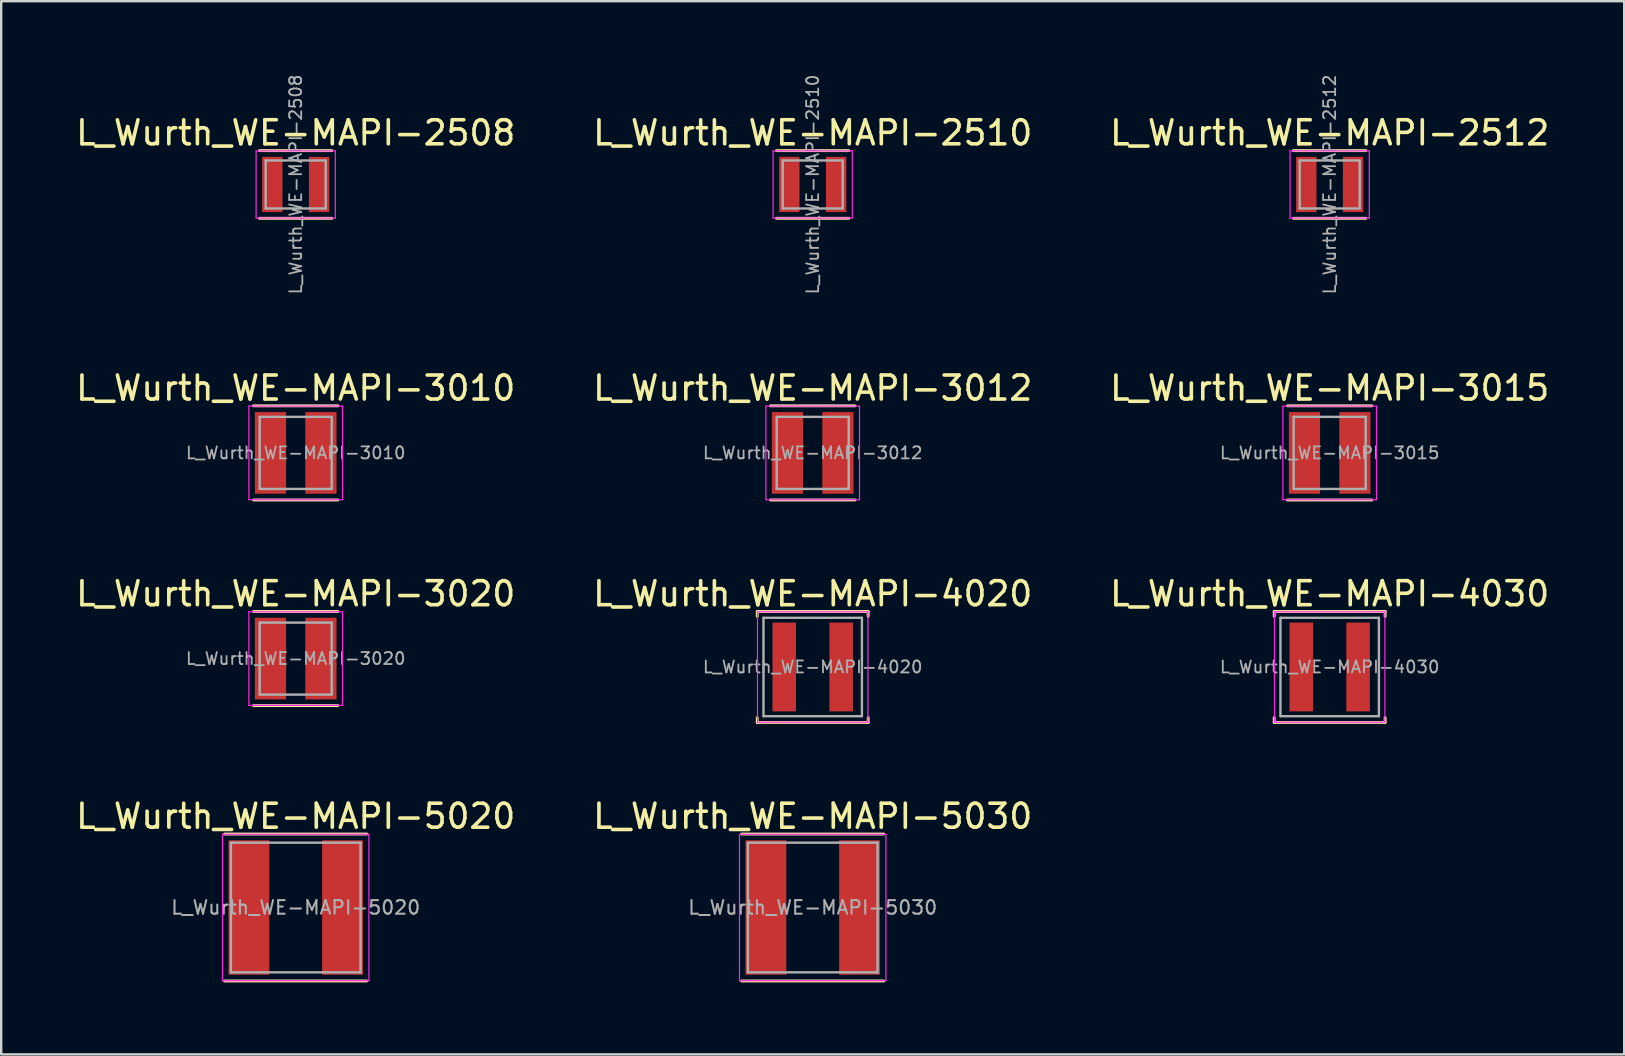
<source format=kicad_pcb>
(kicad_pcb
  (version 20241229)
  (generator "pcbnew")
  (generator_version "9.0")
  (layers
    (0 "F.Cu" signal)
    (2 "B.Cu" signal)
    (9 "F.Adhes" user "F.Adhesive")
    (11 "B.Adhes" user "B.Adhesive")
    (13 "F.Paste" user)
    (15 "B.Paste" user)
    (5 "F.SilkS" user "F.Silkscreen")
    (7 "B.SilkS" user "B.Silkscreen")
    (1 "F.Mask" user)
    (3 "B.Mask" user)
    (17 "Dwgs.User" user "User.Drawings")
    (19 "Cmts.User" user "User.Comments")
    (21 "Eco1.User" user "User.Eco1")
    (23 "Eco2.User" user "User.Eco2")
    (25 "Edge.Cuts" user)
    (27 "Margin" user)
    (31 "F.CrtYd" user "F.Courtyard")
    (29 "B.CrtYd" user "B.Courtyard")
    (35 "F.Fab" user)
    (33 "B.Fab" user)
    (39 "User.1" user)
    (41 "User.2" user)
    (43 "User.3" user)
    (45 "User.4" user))
  (footprint "L_Wurth_WE-MAPI-4020"
    (layer "F.Cu")
    (at 30.804 24.734)
    (property "Reference" "L_Wurth_WE-MAPI-4020" (at 0 -3.05 0) (layer "F.SilkS") (effects (font (size 1 1) (thickness 0.15))))
    (attr smd)
    (fp_line (start -2.31 -2.31) (end -2.31 -2.11) (stroke (width 0.12) (type solid)) (layer "F.SilkS"))
    (fp_line (start -2.31 -2.31) (end 2.31 -2.31) (stroke (width 0.12) (type solid)) (layer "F.SilkS"))
    (fp_line (start -2.31 2.31) (end -2.31 2.11) (stroke (width 0.12) (type solid)) (layer "F.SilkS"))
    (fp_line (start -2.31 2.31) (end 2.31 2.31) (stroke (width 0.12) (type solid)) (layer "F.SilkS"))
    (fp_line (start 2.31 -2.31) (end 2.31 -2.11) (stroke (width 0.12) (type solid)) (layer "F.SilkS"))
    (fp_line (start 2.31 2.31) (end 2.31 2.11) (stroke (width 0.12) (type solid)) (layer "F.SilkS"))
    (fp_line (start -2.3 -2.3) (end -2.3 2.3) (stroke (width 0.05) (type solid)) (layer "F.CrtYd"))
    (fp_line (start -2.3 2.3) (end 2.3 2.3) (stroke (width 0.05) (type solid)) (layer "F.CrtYd"))
    (fp_line (start 2.3 -2.3) (end -2.3 -2.3) (stroke (width 0.05) (type solid)) (layer "F.CrtYd"))
    (fp_line (start 2.3 2.3) (end 2.3 -2.3) (stroke (width 0.05) (type solid)) (layer "F.CrtYd"))
    (fp_line (start -2.05 -2.05) (end -2.05 2.05) (stroke (width 0.1) (type solid)) (layer "F.Fab"))
    (fp_line (start -2.05 2.05) (end 2.05 2.05) (stroke (width 0.1) (type solid)) (layer "F.Fab"))
    (fp_line (start 2.05 -2.05) (end -2.05 -2.05) (stroke (width 0.1) (type solid)) (layer "F.Fab"))
    (fp_line (start 2.05 2.05) (end 2.05 -2.05) (stroke (width 0.1) (type solid)) (layer "F.Fab"))
    (fp_text user "${REFERENCE}" (at 0 0 0) (layer "F.Fab") (effects (font (size 0.5 0.5) (thickness 0.075))))
    (pad "1" smd rect (at -1.185 0) (size 0.98 3.7) (layers "F.Cu" "F.Mask" "F.Paste"))
    (pad "2" smd rect (at 1.185 0) (size 0.98 3.7) (layers "F.Cu" "F.Mask" "F.Paste")))
  (footprint "L_Wurth_WE-MAPI-5030"
    (layer "F.Cu")
    (at 30.804 34.753)
    (property "Reference" "L_Wurth_WE-MAPI-5030" (at 0 -3.8 0) (layer "F.SilkS") (effects (font (size 1 1) (thickness 0.15))))
    (attr smd)
    (fp_line (start -2.96 -3.06) (end 2.96 -3.06) (stroke (width 0.12) (type solid)) (layer "F.SilkS"))
    (fp_line (start -2.96 3.06) (end 2.96 3.06) (stroke (width 0.12) (type solid)) (layer "F.SilkS"))
    (fp_line (start -3.05 -3.05) (end -3.05 3.05) (stroke (width 0.05) (type solid)) (layer "F.CrtYd"))
    (fp_line (start -3.05 3.05) (end 3.05 3.05) (stroke (width 0.05) (type solid)) (layer "F.CrtYd"))
    (fp_line (start 3.05 -3.05) (end -3.05 -3.05) (stroke (width 0.05) (type solid)) (layer "F.CrtYd"))
    (fp_line (start 3.05 3.05) (end 3.05 -3.05) (stroke (width 0.05) (type solid)) (layer "F.CrtYd"))
    (fp_line (start -2.7 -2.7) (end -2.7 2.7) (stroke (width 0.1) (type solid)) (layer "F.Fab"))
    (fp_line (start -2.7 2.7) (end 2.7 2.7) (stroke (width 0.1) (type solid)) (layer "F.Fab"))
    (fp_line (start 2.7 -2.7) (end -2.7 -2.7) (stroke (width 0.1) (type solid)) (layer "F.Fab"))
    (fp_line (start 2.7 2.7) (end 2.7 -2.7) (stroke (width 0.1) (type solid)) (layer "F.Fab"))
    (fp_text user "${REFERENCE}" (at 0 0 0) (layer "F.Fab") (effects (font (size 0.567 0.567) (thickness 0.085))))
    (pad "1" smd rect (at -1.95 0) (size 1.7 5.6) (layers "F.Cu" "F.Mask" "F.Paste"))
    (pad "2" smd rect (at 1.95 0) (size 1.7 5.6) (layers "F.Cu" "F.Mask" "F.Paste")))
  (footprint "L_Wurth_WE-MAPI-3010"
    (layer "F.Cu")
    (at 9.268 15.816)
    (property "Reference" "L_Wurth_WE-MAPI-3010" (at 0 -2.7 0) (layer "F.SilkS") (effects (font (size 1 1) (thickness 0.15))))
    (attr smd)
    (fp_line (start -1.76 -1.96) (end 1.76 -1.96) (stroke (width 0.12) (type solid)) (layer "F.SilkS"))
    (fp_line (start -1.76 1.96) (end 1.76 1.96) (stroke (width 0.12) (type solid)) (layer "F.SilkS"))
    (fp_line (start -1.95 -1.95) (end -1.95 1.95) (stroke (width 0.05) (type solid)) (layer "F.CrtYd"))
    (fp_line (start -1.95 1.95) (end 1.95 1.95) (stroke (width 0.05) (type solid)) (layer "F.CrtYd"))
    (fp_line (start 1.95 -1.95) (end -1.95 -1.95) (stroke (width 0.05) (type solid)) (layer "F.CrtYd"))
    (fp_line (start 1.95 1.95) (end 1.95 -1.95) (stroke (width 0.05) (type solid)) (layer "F.CrtYd"))
    (fp_line (start -1.5 -1.5) (end -1.5 1.5) (stroke (width 0.1) (type solid)) (layer "F.Fab"))
    (fp_line (start -1.5 1.5) (end 1.5 1.5) (stroke (width 0.1) (type solid)) (layer "F.Fab"))
    (fp_line (start 1.5 -1.5) (end -1.5 -1.5) (stroke (width 0.1) (type solid)) (layer "F.Fab"))
    (fp_line (start 1.5 1.5) (end 1.5 -1.5) (stroke (width 0.1) (type solid)) (layer "F.Fab"))
    (fp_text user "${REFERENCE}" (at 0 0 0) (layer "F.Fab") (effects (font (size 0.5 0.5) (thickness 0.075))))
    (pad "1" smd rect (at -1.05 0) (size 1.3 3.4) (layers "F.Cu" "F.Mask" "F.Paste"))
    (pad "2" smd rect (at 1.05 0) (size 1.3 3.4) (layers "F.Cu" "F.Mask" "F.Paste")))
  (footprint "L_Wurth_WE-MAPI-4030"
    (layer "F.Cu")
    (at 52.339 24.734)
    (property "Reference" "L_Wurth_WE-MAPI-4030" (at 0 -3.05 0) (layer "F.SilkS") (effects (font (size 1 1) (thickness 0.15))))
    (attr smd)
    (fp_line (start -2.31 -2.31) (end -2.31 -2.11) (stroke (width 0.12) (type solid)) (layer "F.SilkS"))
    (fp_line (start -2.31 -2.31) (end 2.31 -2.31) (stroke (width 0.12) (type solid)) (layer "F.SilkS"))
    (fp_line (start -2.31 2.31) (end -2.31 2.11) (stroke (width 0.12) (type solid)) (layer "F.SilkS"))
    (fp_line (start -2.31 2.31) (end 2.31 2.31) (stroke (width 0.12) (type solid)) (layer "F.SilkS"))
    (fp_line (start 2.31 -2.31) (end 2.31 -2.11) (stroke (width 0.12) (type solid)) (layer "F.SilkS"))
    (fp_line (start 2.31 2.31) (end 2.31 2.11) (stroke (width 0.12) (type solid)) (layer "F.SilkS"))
    (fp_line (start -2.3 -2.3) (end -2.3 2.3) (stroke (width 0.05) (type solid)) (layer "F.CrtYd"))
    (fp_line (start -2.3 2.3) (end 2.3 2.3) (stroke (width 0.05) (type solid)) (layer "F.CrtYd"))
    (fp_line (start 2.3 -2.3) (end -2.3 -2.3) (stroke (width 0.05) (type solid)) (layer "F.CrtYd"))
    (fp_line (start 2.3 2.3) (end 2.3 -2.3) (stroke (width 0.05) (type solid)) (layer "F.CrtYd"))
    (fp_line (start -2.05 -2.05) (end -2.05 2.05) (stroke (width 0.1) (type solid)) (layer "F.Fab"))
    (fp_line (start -2.05 2.05) (end 2.05 2.05) (stroke (width 0.1) (type solid)) (layer "F.Fab"))
    (fp_line (start 2.05 -2.05) (end -2.05 -2.05) (stroke (width 0.1) (type solid)) (layer "F.Fab"))
    (fp_line (start 2.05 2.05) (end 2.05 -2.05) (stroke (width 0.1) (type solid)) (layer "F.Fab"))
    (fp_text user "${REFERENCE}" (at 0 0 0) (layer "F.Fab") (effects (font (size 0.5 0.5) (thickness 0.075))))
    (pad "1" smd rect (at -1.185 0) (size 0.98 3.7) (layers "F.Cu" "F.Mask" "F.Paste"))
    (pad "2" smd rect (at 1.185 0) (size 0.98 3.7) (layers "F.Cu" "F.Mask" "F.Paste")))
  (footprint "L_Wurth_WE-MAPI-3015"
    (layer "F.Cu")
    (at 52.339 15.816)
    (property "Reference" "L_Wurth_WE-MAPI-3015" (at 0 -2.7 0) (layer "F.SilkS") (effects (font (size 1 1) (thickness 0.15))))
    (attr smd)
    (fp_line (start -1.76 -1.96) (end 1.76 -1.96) (stroke (width 0.12) (type solid)) (layer "F.SilkS"))
    (fp_line (start -1.76 1.96) (end 1.76 1.96) (stroke (width 0.12) (type solid)) (layer "F.SilkS"))
    (fp_line (start -1.95 -1.95) (end -1.95 1.95) (stroke (width 0.05) (type solid)) (layer "F.CrtYd"))
    (fp_line (start -1.95 1.95) (end 1.95 1.95) (stroke (width 0.05) (type solid)) (layer "F.CrtYd"))
    (fp_line (start 1.95 -1.95) (end -1.95 -1.95) (stroke (width 0.05) (type solid)) (layer "F.CrtYd"))
    (fp_line (start 1.95 1.95) (end 1.95 -1.95) (stroke (width 0.05) (type solid)) (layer "F.CrtYd"))
    (fp_line (start -1.5 -1.5) (end -1.5 1.5) (stroke (width 0.1) (type solid)) (layer "F.Fab"))
    (fp_line (start -1.5 1.5) (end 1.5 1.5) (stroke (width 0.1) (type solid)) (layer "F.Fab"))
    (fp_line (start 1.5 -1.5) (end -1.5 -1.5) (stroke (width 0.1) (type solid)) (layer "F.Fab"))
    (fp_line (start 1.5 1.5) (end 1.5 -1.5) (stroke (width 0.1) (type solid)) (layer "F.Fab"))
    (fp_text user "${REFERENCE}" (at 0 0 0) (layer "F.Fab") (effects (font (size 0.5 0.5) (thickness 0.075))))
    (pad "1" smd rect (at -1.05 0) (size 1.3 3.4) (layers "F.Cu" "F.Mask" "F.Paste"))
    (pad "2" smd rect (at 1.05 0) (size 1.3 3.4) (layers "F.Cu" "F.Mask" "F.Paste")))
  (footprint "L_Wurth_WE-MAPI-2510"
    (layer "F.Cu")
    (at 30.804 4.634)
    (property "Reference" "L_Wurth_WE-MAPI-2510" (at 0 -2.15 0) (layer "F.SilkS") (effects (font (size 1 1) (thickness 0.15))))
    (attr smd)
    (fp_line (start -1.51 -1.41) (end 1.51 -1.41) (stroke (width 0.12) (type solid)) (layer "F.SilkS"))
    (fp_line (start -1.51 1.41) (end 1.51 1.41) (stroke (width 0.12) (type solid)) (layer "F.SilkS"))
    (fp_line (start -1.65 -1.4) (end -1.65 1.4) (stroke (width 0.05) (type solid)) (layer "F.CrtYd"))
    (fp_line (start -1.65 1.4) (end 1.65 1.4) (stroke (width 0.05) (type solid)) (layer "F.CrtYd"))
    (fp_line (start 1.65 -1.4) (end -1.65 -1.4) (stroke (width 0.05) (type solid)) (layer "F.CrtYd"))
    (fp_line (start 1.65 1.4) (end 1.65 -1.4) (stroke (width 0.05) (type solid)) (layer "F.CrtYd"))
    (fp_line (start -1.25 -1) (end -1.25 1) (stroke (width 0.1) (type solid)) (layer "F.Fab"))
    (fp_line (start -1.25 1) (end 1.25 1) (stroke (width 0.1) (type solid)) (layer "F.Fab"))
    (fp_line (start 1.25 -1) (end -1.25 -1) (stroke (width 0.1) (type solid)) (layer "F.Fab"))
    (fp_line (start 1.25 1) (end 1.25 -1) (stroke (width 0.1) (type solid)) (layer "F.Fab"))
    (fp_text user "${REFERENCE}" (at 0 0 90) (layer "F.Fab") (effects (font (size 0.5 0.5) (thickness 0.075))))
    (pad "1" smd rect (at -0.975 0) (size 0.85 2.3) (layers "F.Cu" "F.Mask" "F.Paste"))
    (pad "2" smd rect (at 0.975 0) (size 0.85 2.3) (layers "F.Cu" "F.Mask" "F.Paste")))
  (footprint "L_Wurth_WE-MAPI-5020"
    (layer "F.Cu")
    (at 9.268 34.753)
    (property "Reference" "L_Wurth_WE-MAPI-5020" (at 0 -3.8 0) (layer "F.SilkS") (effects (font (size 1 1) (thickness 0.15))))
    (attr smd)
    (fp_line (start -2.96 -3.06) (end 2.96 -3.06) (stroke (width 0.12) (type solid)) (layer "F.SilkS"))
    (fp_line (start -2.96 3.06) (end 2.96 3.06) (stroke (width 0.12) (type solid)) (layer "F.SilkS"))
    (fp_line (start -3.05 -3.05) (end -3.05 3.05) (stroke (width 0.05) (type solid)) (layer "F.CrtYd"))
    (fp_line (start -3.05 3.05) (end 3.05 3.05) (stroke (width 0.05) (type solid)) (layer "F.CrtYd"))
    (fp_line (start 3.05 -3.05) (end -3.05 -3.05) (stroke (width 0.05) (type solid)) (layer "F.CrtYd"))
    (fp_line (start 3.05 3.05) (end 3.05 -3.05) (stroke (width 0.05) (type solid)) (layer "F.CrtYd"))
    (fp_line (start -2.7 -2.7) (end -2.7 2.7) (stroke (width 0.1) (type solid)) (layer "F.Fab"))
    (fp_line (start -2.7 2.7) (end 2.7 2.7) (stroke (width 0.1) (type solid)) (layer "F.Fab"))
    (fp_line (start 2.7 -2.7) (end -2.7 -2.7) (stroke (width 0.1) (type solid)) (layer "F.Fab"))
    (fp_line (start 2.7 2.7) (end 2.7 -2.7) (stroke (width 0.1) (type solid)) (layer "F.Fab"))
    (fp_text user "${REFERENCE}" (at 0 0 0) (layer "F.Fab") (effects (font (size 0.567 0.567) (thickness 0.085))))
    (pad "1" smd rect (at -1.95 0) (size 1.7 5.6) (layers "F.Cu" "F.Mask" "F.Paste"))
    (pad "2" smd rect (at 1.95 0) (size 1.7 5.6) (layers "F.Cu" "F.Mask" "F.Paste")))
  (footprint "L_Wurth_WE-MAPI-2512"
    (layer "F.Cu")
    (at 52.339 4.634)
    (property "Reference" "L_Wurth_WE-MAPI-2512" (at 0 -2.15 0) (layer "F.SilkS") (effects (font (size 1 1) (thickness 0.15))))
    (attr smd)
    (fp_line (start -1.51 -1.41) (end 1.51 -1.41) (stroke (width 0.12) (type solid)) (layer "F.SilkS"))
    (fp_line (start -1.51 1.41) (end 1.51 1.41) (stroke (width 0.12) (type solid)) (layer "F.SilkS"))
    (fp_line (start -1.65 -1.4) (end -1.65 1.4) (stroke (width 0.05) (type solid)) (layer "F.CrtYd"))
    (fp_line (start -1.65 1.4) (end 1.65 1.4) (stroke (width 0.05) (type solid)) (layer "F.CrtYd"))
    (fp_line (start 1.65 -1.4) (end -1.65 -1.4) (stroke (width 0.05) (type solid)) (layer "F.CrtYd"))
    (fp_line (start 1.65 1.4) (end 1.65 -1.4) (stroke (width 0.05) (type solid)) (layer "F.CrtYd"))
    (fp_line (start -1.25 -1) (end -1.25 1) (stroke (width 0.1) (type solid)) (layer "F.Fab"))
    (fp_line (start -1.25 1) (end 1.25 1) (stroke (width 0.1) (type solid)) (layer "F.Fab"))
    (fp_line (start 1.25 -1) (end -1.25 -1) (stroke (width 0.1) (type solid)) (layer "F.Fab"))
    (fp_line (start 1.25 1) (end 1.25 -1) (stroke (width 0.1) (type solid)) (layer "F.Fab"))
    (fp_text user "${REFERENCE}" (at 0 0 90) (layer "F.Fab") (effects (font (size 0.5 0.5) (thickness 0.075))))
    (pad "1" smd rect (at -0.975 0) (size 0.85 2.3) (layers "F.Cu" "F.Mask" "F.Paste"))
    (pad "2" smd rect (at 0.975 0) (size 0.85 2.3) (layers "F.Cu" "F.Mask" "F.Paste")))
  (footprint "L_Wurth_WE-MAPI-3012"
    (layer "F.Cu")
    (at 30.804 15.816)
    (property "Reference" "L_Wurth_WE-MAPI-3012" (at 0 -2.7 0) (layer "F.SilkS") (effects (font (size 1 1) (thickness 0.15))))
    (attr smd)
    (fp_line (start -1.76 -1.96) (end 1.76 -1.96) (stroke (width 0.12) (type solid)) (layer "F.SilkS"))
    (fp_line (start -1.76 1.96) (end 1.76 1.96) (stroke (width 0.12) (type solid)) (layer "F.SilkS"))
    (fp_line (start -1.95 -1.95) (end -1.95 1.95) (stroke (width 0.05) (type solid)) (layer "F.CrtYd"))
    (fp_line (start -1.95 1.95) (end 1.95 1.95) (stroke (width 0.05) (type solid)) (layer "F.CrtYd"))
    (fp_line (start 1.95 -1.95) (end -1.95 -1.95) (stroke (width 0.05) (type solid)) (layer "F.CrtYd"))
    (fp_line (start 1.95 1.95) (end 1.95 -1.95) (stroke (width 0.05) (type solid)) (layer "F.CrtYd"))
    (fp_line (start -1.5 -1.5) (end -1.5 1.5) (stroke (width 0.1) (type solid)) (layer "F.Fab"))
    (fp_line (start -1.5 1.5) (end 1.5 1.5) (stroke (width 0.1) (type solid)) (layer "F.Fab"))
    (fp_line (start 1.5 -1.5) (end -1.5 -1.5) (stroke (width 0.1) (type solid)) (layer "F.Fab"))
    (fp_line (start 1.5 1.5) (end 1.5 -1.5) (stroke (width 0.1) (type solid)) (layer "F.Fab"))
    (fp_text user "${REFERENCE}" (at 0 0 0) (layer "F.Fab") (effects (font (size 0.5 0.5) (thickness 0.075))))
    (pad "1" smd rect (at -1.05 0) (size 1.3 3.4) (layers "F.Cu" "F.Mask" "F.Paste"))
    (pad "2" smd rect (at 1.05 0) (size 1.3 3.4) (layers "F.Cu" "F.Mask" "F.Paste")))
  (footprint "L_Wurth_WE-MAPI-2508"
    (layer "F.Cu")
    (at 9.268 4.634)
    (property "Reference" "L_Wurth_WE-MAPI-2508" (at 0 -2.15 0) (layer "F.SilkS") (effects (font (size 1 1) (thickness 0.15))))
    (attr smd)
    (fp_line (start -1.51 -1.41) (end 1.51 -1.41) (stroke (width 0.12) (type solid)) (layer "F.SilkS"))
    (fp_line (start -1.51 1.41) (end 1.51 1.41) (stroke (width 0.12) (type solid)) (layer "F.SilkS"))
    (fp_line (start -1.65 -1.4) (end -1.65 1.4) (stroke (width 0.05) (type solid)) (layer "F.CrtYd"))
    (fp_line (start -1.65 1.4) (end 1.65 1.4) (stroke (width 0.05) (type solid)) (layer "F.CrtYd"))
    (fp_line (start 1.65 -1.4) (end -1.65 -1.4) (stroke (width 0.05) (type solid)) (layer "F.CrtYd"))
    (fp_line (start 1.65 1.4) (end 1.65 -1.4) (stroke (width 0.05) (type solid)) (layer "F.CrtYd"))
    (fp_line (start -1.25 -1) (end -1.25 1) (stroke (width 0.1) (type solid)) (layer "F.Fab"))
    (fp_line (start -1.25 1) (end 1.25 1) (stroke (width 0.1) (type solid)) (layer "F.Fab"))
    (fp_line (start 1.25 -1) (end -1.25 -1) (stroke (width 0.1) (type solid)) (layer "F.Fab"))
    (fp_line (start 1.25 1) (end 1.25 -1) (stroke (width 0.1) (type solid)) (layer "F.Fab"))
    (fp_text user "${REFERENCE}" (at 0 0 90) (layer "F.Fab") (effects (font (size 0.5 0.5) (thickness 0.075))))
    (pad "1" smd rect (at -0.975 0) (size 0.85 2.3) (layers "F.Cu" "F.Mask" "F.Paste"))
    (pad "2" smd rect (at 0.975 0) (size 0.85 2.3) (layers "F.Cu" "F.Mask" "F.Paste")))
  (footprint "L_Wurth_WE-MAPI-3020"
    (layer "F.Cu")
    (at 9.268 24.384)
    (property "Reference" "L_Wurth_WE-MAPI-3020" (at 0 -2.7 0) (layer "F.SilkS") (effects (font (size 1 1) (thickness 0.15))))
    (attr smd)
    (fp_line (start -1.76 -1.96) (end 1.76 -1.96) (stroke (width 0.12) (type solid)) (layer "F.SilkS"))
    (fp_line (start -1.76 1.96) (end 1.76 1.96) (stroke (width 0.12) (type solid)) (layer "F.SilkS"))
    (fp_line (start -1.95 -1.95) (end -1.95 1.95) (stroke (width 0.05) (type solid)) (layer "F.CrtYd"))
    (fp_line (start -1.95 1.95) (end 1.95 1.95) (stroke (width 0.05) (type solid)) (layer "F.CrtYd"))
    (fp_line (start 1.95 -1.95) (end -1.95 -1.95) (stroke (width 0.05) (type solid)) (layer "F.CrtYd"))
    (fp_line (start 1.95 1.95) (end 1.95 -1.95) (stroke (width 0.05) (type solid)) (layer "F.CrtYd"))
    (fp_line (start -1.5 -1.5) (end -1.5 1.5) (stroke (width 0.1) (type solid)) (layer "F.Fab"))
    (fp_line (start -1.5 1.5) (end 1.5 1.5) (stroke (width 0.1) (type solid)) (layer "F.Fab"))
    (fp_line (start 1.5 -1.5) (end -1.5 -1.5) (stroke (width 0.1) (type solid)) (layer "F.Fab"))
    (fp_line (start 1.5 1.5) (end 1.5 -1.5) (stroke (width 0.1) (type solid)) (layer "F.Fab"))
    (fp_text user "${REFERENCE}" (at 0 0 0) (layer "F.Fab") (effects (font (size 0.5 0.5) (thickness 0.075))))
    (pad "1" smd rect (at -1.05 0) (size 1.3 3.4) (layers "F.Cu" "F.Mask" "F.Paste"))
    (pad "2" smd rect (at 1.05 0) (size 1.3 3.4) (layers "F.Cu" "F.Mask" "F.Paste")))
  (gr_rect
    (start -3 -3)
    (end 64.607 40.873)
    (stroke (width 0.1) (type default))
    (fill no)
    (layer "Edge.Cuts")))
</source>
